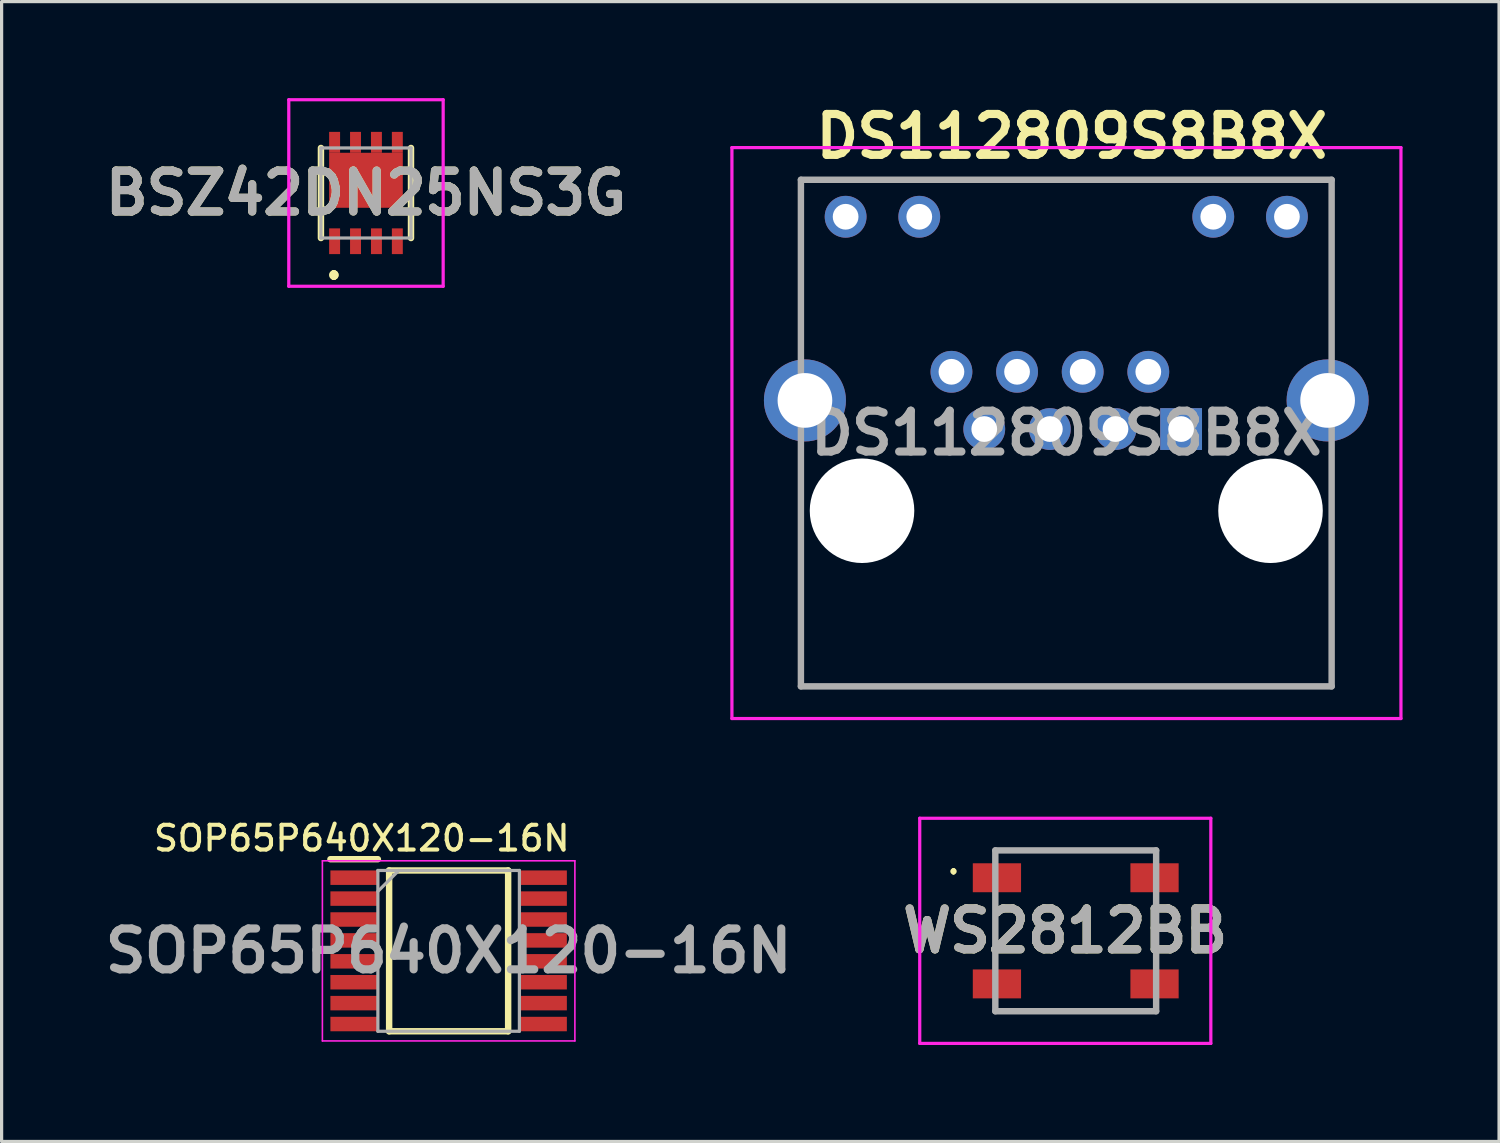
<source format=kicad_pcb>
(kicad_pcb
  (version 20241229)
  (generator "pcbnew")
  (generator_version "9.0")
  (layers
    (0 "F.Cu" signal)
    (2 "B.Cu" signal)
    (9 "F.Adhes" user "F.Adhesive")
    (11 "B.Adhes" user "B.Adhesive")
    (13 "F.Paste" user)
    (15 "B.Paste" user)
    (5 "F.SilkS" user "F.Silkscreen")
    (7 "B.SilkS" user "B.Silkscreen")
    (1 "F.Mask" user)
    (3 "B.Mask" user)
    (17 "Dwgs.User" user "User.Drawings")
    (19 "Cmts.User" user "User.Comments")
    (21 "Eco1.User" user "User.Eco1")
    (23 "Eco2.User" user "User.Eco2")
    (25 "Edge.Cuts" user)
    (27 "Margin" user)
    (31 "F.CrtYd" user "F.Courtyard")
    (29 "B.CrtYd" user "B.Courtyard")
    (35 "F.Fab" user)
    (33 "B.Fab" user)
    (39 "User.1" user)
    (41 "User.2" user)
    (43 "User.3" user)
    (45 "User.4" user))
  (footprint "SOP65P640X120-16N"
    (layer "F.Cu")
    (at 10.898 26.512)
    (property "Reference" "SOP65P640X120-16N" (at -2.7 -3.5 0) (layer "F.SilkS") (effects (font (size 0.77 0.77) (thickness 0.127))))
    (attr smd)
    (fp_line (start -3.675 -2.85) (end -2.2 -2.85) (stroke (width 0.2) (type solid)) (layer "F.SilkS"))
    (fp_line (start -1.85 -2.5) (end 1.85 -2.5) (stroke (width 0.2) (type solid)) (layer "F.SilkS"))
    (fp_line (start -1.85 2.5) (end -1.85 -2.5) (stroke (width 0.2) (type solid)) (layer "F.SilkS"))
    (fp_line (start 1.85 -2.5) (end 1.85 2.5) (stroke (width 0.2) (type solid)) (layer "F.SilkS"))
    (fp_line (start 1.85 2.5) (end -1.85 2.5) (stroke (width 0.2) (type solid)) (layer "F.SilkS"))
    (fp_line (start -3.925 -2.8) (end 3.925 -2.8) (stroke (width 0.05) (type solid)) (layer "F.CrtYd"))
    (fp_line (start -3.925 2.8) (end -3.925 -2.8) (stroke (width 0.05) (type solid)) (layer "F.CrtYd"))
    (fp_line (start 3.925 -2.8) (end 3.925 2.8) (stroke (width 0.05) (type solid)) (layer "F.CrtYd"))
    (fp_line (start 3.925 2.8) (end -3.925 2.8) (stroke (width 0.05) (type solid)) (layer "F.CrtYd"))
    (fp_line (start -2.2 -2.5) (end 2.2 -2.5) (stroke (width 0.1) (type solid)) (layer "F.Fab"))
    (fp_line (start -2.2 -1.85) (end -1.55 -2.5) (stroke (width 0.1) (type solid)) (layer "F.Fab"))
    (fp_line (start -2.2 2.5) (end -2.2 -2.5) (stroke (width 0.1) (type solid)) (layer "F.Fab"))
    (fp_line (start 2.2 -2.5) (end 2.2 2.5) (stroke (width 0.1) (type solid)) (layer "F.Fab"))
    (fp_line (start 2.2 2.5) (end -2.2 2.5) (stroke (width 0.1) (type solid)) (layer "F.Fab"))
    (fp_text user "${REFERENCE}" (at 0 0 0) (layer "F.Fab") (effects (font (size 1.27 1.27) (thickness 0.254))))
    (pad "1" smd rect (at -2.938 -2.275 90) (size 0.45 1.475) (layers "F.Cu" "F.Mask" "F.Paste"))
    (pad "2" smd rect (at -2.938 -1.625 90) (size 0.45 1.475) (layers "F.Cu" "F.Mask" "F.Paste"))
    (pad "3" smd rect (at -2.938 -0.975 90) (size 0.45 1.475) (layers "F.Cu" "F.Mask" "F.Paste"))
    (pad "4" smd rect (at -2.938 -0.325 90) (size 0.45 1.475) (layers "F.Cu" "F.Mask" "F.Paste"))
    (pad "5" smd rect (at -2.938 0.325 90) (size 0.45 1.475) (layers "F.Cu" "F.Mask" "F.Paste"))
    (pad "6" smd rect (at -2.938 0.975 90) (size 0.45 1.475) (layers "F.Cu" "F.Mask" "F.Paste"))
    (pad "7" smd rect (at -2.938 1.625 90) (size 0.45 1.475) (layers "F.Cu" "F.Mask" "F.Paste"))
    (pad "8" smd rect (at -2.938 2.275 90) (size 0.45 1.475) (layers "F.Cu" "F.Mask" "F.Paste"))
    (pad "9" smd rect (at 2.938 2.275 90) (size 0.45 1.475) (layers "F.Cu" "F.Mask" "F.Paste"))
    (pad "10" smd rect (at 2.938 1.625 90) (size 0.45 1.475) (layers "F.Cu" "F.Mask" "F.Paste"))
    (pad "11" smd rect (at 2.938 0.975 90) (size 0.45 1.475) (layers "F.Cu" "F.Mask" "F.Paste"))
    (pad "12" smd rect (at 2.938 0.325 90) (size 0.45 1.475) (layers "F.Cu" "F.Mask" "F.Paste"))
    (pad "13" smd rect (at 2.938 -0.325 90) (size 0.45 1.475) (layers "F.Cu" "F.Mask" "F.Paste"))
    (pad "14" smd rect (at 2.938 -0.975 90) (size 0.45 1.475) (layers "F.Cu" "F.Mask" "F.Paste"))
    (pad "15" smd rect (at 2.938 -1.625 90) (size 0.45 1.475) (layers "F.Cu" "F.Mask" "F.Paste"))
    (pad "16" smd rect (at 2.938 -2.275 90) (size 0.45 1.475) (layers "F.Cu" "F.Mask" "F.Paste")))
  (footprint "BSZ42DN25NS3G"
    (layer "F.Cu")
    (at 8.328 2.95)
    (property "Reference" "BSZ42DN25NS3G" (at 0 0 0) (layer "F.SilkS") (effects (font (size 1.27 1.27) (thickness 0.254))))
    (attr smd)
    (fp_line (start -1.4 -1.4) (end -1.4 1.4) (stroke (width 0.2) (type solid)) (layer "F.SilkS"))
    (fp_line (start -1 2.5) (end -1 2.5) (stroke (width 0.2) (type solid)) (layer "F.SilkS"))
    (fp_line (start -1 2.6) (end -1 2.6) (stroke (width 0.2) (type solid)) (layer "F.SilkS"))
    (fp_line (start -1 2.6) (end -1 2.6) (stroke (width 0.2) (type solid)) (layer "F.SilkS"))
    (fp_line (start 1.4 -1.4) (end 1.4 1.4) (stroke (width 0.2) (type solid)) (layer "F.SilkS"))
    (fp_arc (start -1 2.5) (mid -0.95 2.55) (end -1 2.6) (stroke (width 0.2) (type solid)) (layer "F.SilkS"))
    (fp_arc (start -1 2.5) (mid -0.95 2.55) (end -1 2.6) (stroke (width 0.2) (type solid)) (layer "F.SilkS"))
    (fp_arc (start -1 2.6) (mid -1.05 2.55) (end -1 2.5) (stroke (width 0.2) (type solid)) (layer "F.SilkS"))
    (fp_line (start -2.4 -2.9) (end 2.4 -2.9) (stroke (width 0.1) (type solid)) (layer "F.CrtYd"))
    (fp_line (start -2.4 2.9) (end -2.4 -2.9) (stroke (width 0.1) (type solid)) (layer "F.CrtYd"))
    (fp_line (start 2.4 -2.9) (end 2.4 2.9) (stroke (width 0.1) (type solid)) (layer "F.CrtYd"))
    (fp_line (start 2.4 2.9) (end -2.4 2.9) (stroke (width 0.1) (type solid)) (layer "F.CrtYd"))
    (fp_line (start -1.4 -1.4) (end 1.4 -1.4) (stroke (width 0.1) (type solid)) (layer "F.Fab"))
    (fp_line (start -1.4 1.4) (end -1.4 -1.4) (stroke (width 0.1) (type solid)) (layer "F.Fab"))
    (fp_line (start 1.4 -1.4) (end 1.4 1.4) (stroke (width 0.1) (type solid)) (layer "F.Fab"))
    (fp_line (start 1.4 1.4) (end -1.4 1.4) (stroke (width 0.1) (type solid)) (layer "F.Fab"))
    (fp_text user "${REFERENCE}" (at 0 0 0) (layer "F.Fab") (effects (font (size 1.27 1.27) (thickness 0.254))))
    (pad "1" smd rect (at -0.975 1.5) (size 0.34 0.8) (layers "F.Cu" "F.Mask" "F.Paste"))
    (pad "2" smd rect (at -0.325 1.5) (size 0.34 0.8) (layers "F.Cu" "F.Mask" "F.Paste"))
    (pad "3" smd rect (at 0.325 1.5) (size 0.34 0.8) (layers "F.Cu" "F.Mask" "F.Paste"))
    (pad "4" smd rect (at 0.975 1.5) (size 0.34 0.8) (layers "F.Cu" "F.Mask" "F.Paste"))
    (pad "5" smd rect (at 0.975 -1.575) (size 0.34 0.65) (layers "F.Cu" "F.Mask" "F.Paste"))
    (pad "6" smd rect (at 0.325 -1.575) (size 0.34 0.65) (layers "F.Cu" "F.Mask" "F.Paste"))
    (pad "7" smd rect (at -0.325 -1.575) (size 0.34 0.65) (layers "F.Cu" "F.Mask" "F.Paste"))
    (pad "8" smd rect (at -0.975 -1.575) (size 0.34 0.65) (layers "F.Cu" "F.Mask" "F.Paste"))
    (pad "9" smd rect (at 0 -0.395 90) (size 1.71 2.29) (layers "F.Cu" "F.Mask" "F.Paste")))
  (footprint "DS112809S8B8X"
    (layer "F.Cu")
    (at 29.69 9.089)
    (property "Reference" "DS112809S8B8X" (at 0.58 -7.9 0) (layer "F.SilkS") (effects (font (size 1.27 1.27) (thickness 0.254))))
    (attr through_hole)
    (fp_line (start -7.84 -6.55) (end -7.84 -6.55) (stroke (width 0.1) (type solid)) (layer "F.SilkS"))
    (fp_line (start -7.84 -6.55) (end -7.84 -6.55) (stroke (width 0.1) (type solid)) (layer "F.SilkS"))
    (fp_line (start -7.84 -6.55) (end -7.84 -1.8) (stroke (width 0.1) (type solid)) (layer "F.SilkS"))
    (fp_line (start -7.84 -6.55) (end 8.66 -6.55) (stroke (width 0.1) (type solid)) (layer "F.SilkS"))
    (fp_line (start -7.84 -1.8) (end -7.84 -6.55) (stroke (width 0.1) (type solid)) (layer "F.SilkS"))
    (fp_line (start -7.84 -1.8) (end -7.84 -1.8) (stroke (width 0.1) (type solid)) (layer "F.SilkS"))
    (fp_line (start -7.84 5.45) (end -7.84 5.45) (stroke (width 0.1) (type solid)) (layer "F.SilkS"))
    (fp_line (start -7.84 5.45) (end -7.84 9.2) (stroke (width 0.1) (type solid)) (layer "F.SilkS"))
    (fp_line (start -7.84 9.2) (end -7.84 5.45) (stroke (width 0.1) (type solid)) (layer "F.SilkS"))
    (fp_line (start -7.84 9.2) (end -7.84 9.2) (stroke (width 0.1) (type solid)) (layer "F.SilkS"))
    (fp_line (start -7.84 9.2) (end -7.84 9.2) (stroke (width 0.1) (type solid)) (layer "F.SilkS"))
    (fp_line (start -7.84 9.2) (end 8.66 9.2) (stroke (width 0.1) (type solid)) (layer "F.SilkS"))
    (fp_line (start 8.66 -6.55) (end -7.84 -6.55) (stroke (width 0.1) (type solid)) (layer "F.SilkS"))
    (fp_line (start 8.66 -6.55) (end 8.66 -6.55) (stroke (width 0.1) (type solid)) (layer "F.SilkS"))
    (fp_line (start 8.66 -6.55) (end 8.66 -6.55) (stroke (width 0.1) (type solid)) (layer "F.SilkS"))
    (fp_line (start 8.66 -6.55) (end 8.66 -1.8) (stroke (width 0.1) (type solid)) (layer "F.SilkS"))
    (fp_line (start 8.66 -1.8) (end 8.66 -6.55) (stroke (width 0.1) (type solid)) (layer "F.SilkS"))
    (fp_line (start 8.66 -1.8) (end 8.66 -1.8) (stroke (width 0.1) (type solid)) (layer "F.SilkS"))
    (fp_line (start 8.66 5.45) (end 8.66 5.45) (stroke (width 0.1) (type solid)) (layer "F.SilkS"))
    (fp_line (start 8.66 5.45) (end 8.66 9.2) (stroke (width 0.1) (type solid)) (layer "F.SilkS"))
    (fp_line (start 8.66 9.2) (end -7.84 9.2) (stroke (width 0.1) (type solid)) (layer "F.SilkS"))
    (fp_line (start 8.66 9.2) (end 8.66 5.45) (stroke (width 0.1) (type solid)) (layer "F.SilkS"))
    (fp_line (start 8.66 9.2) (end 8.66 9.2) (stroke (width 0.1) (type solid)) (layer "F.SilkS"))
    (fp_line (start 8.66 9.2) (end 8.66 9.2) (stroke (width 0.1) (type solid)) (layer "F.SilkS"))
    (fp_line (start -9.985 -7.55) (end 10.815 -7.55) (stroke (width 0.1) (type solid)) (layer "F.CrtYd"))
    (fp_line (start -9.985 10.2) (end -9.985 -7.55) (stroke (width 0.1) (type solid)) (layer "F.CrtYd"))
    (fp_line (start 10.815 -7.55) (end 10.815 10.2) (stroke (width 0.1) (type solid)) (layer "F.CrtYd"))
    (fp_line (start 10.815 10.2) (end -9.985 10.2) (stroke (width 0.1) (type solid)) (layer "F.CrtYd"))
    (fp_line (start -7.84 -6.55) (end -7.84 9.2) (stroke (width 0.2) (type solid)) (layer "F.Fab"))
    (fp_line (start -7.84 9.2) (end 8.66 9.2) (stroke (width 0.2) (type solid)) (layer "F.Fab"))
    (fp_line (start 8.66 -6.55) (end -7.84 -6.55) (stroke (width 0.2) (type solid)) (layer "F.Fab"))
    (fp_line (start 8.66 9.2) (end 8.66 -6.55) (stroke (width 0.2) (type solid)) (layer "F.Fab"))
    (fp_text user "${REFERENCE}" (at 0.415 1.325 0) (layer "F.Fab") (effects (font (size 1.27 1.27) (thickness 0.254))))
    (pad "" np_thru_hole circle (at -5.94 3.74) (size 3.25 3.25) (drill 3.25) (layers "*.Cu" "*.Mask"))
    (pad "" np_thru_hole circle (at 6.76 3.74) (size 3.25 3.25) (drill 3.25) (layers "*.Cu" "*.Mask"))
    (pad "1" thru_hole rect (at 3.98 1.2) (size 1.3 1.3) (drill 0.8) (layers "*.Cu" "*.Mask"))
    (pad "2" thru_hole circle (at 2.96 -0.58) (size 1.3 1.3) (drill 0.8) (layers "*.Cu" "*.Mask"))
    (pad "3" thru_hole circle (at 1.94 1.2) (size 1.3 1.3) (drill 0.8) (layers "*.Cu" "*.Mask"))
    (pad "4" thru_hole circle (at 0.92 -0.58) (size 1.3 1.3) (drill 0.8) (layers "*.Cu" "*.Mask"))
    (pad "5" thru_hole circle (at -0.1 1.2) (size 1.3 1.3) (drill 0.8) (layers "*.Cu" "*.Mask"))
    (pad "6" thru_hole circle (at -1.12 -0.58) (size 1.3 1.3) (drill 0.8) (layers "*.Cu" "*.Mask"))
    (pad "7" thru_hole circle (at -2.14 1.2) (size 1.3 1.3) (drill 0.8) (layers "*.Cu" "*.Mask"))
    (pad "8" thru_hole circle (at -3.16 -0.58) (size 1.3 1.3) (drill 0.8) (layers "*.Cu" "*.Mask"))
    (pad "9" thru_hole circle (at 7.27 -5.4) (size 1.3 1.3) (drill 0.8) (layers "*.Cu" "*.Mask"))
    (pad "10" thru_hole circle (at 4.98 -5.4) (size 1.3 1.3) (drill 0.8) (layers "*.Cu" "*.Mask"))
    (pad "11" thru_hole circle (at -4.16 -5.4) (size 1.3 1.3) (drill 0.8) (layers "*.Cu" "*.Mask"))
    (pad "12" thru_hole circle (at -6.45 -5.4) (size 1.3 1.3) (drill 0.8) (layers "*.Cu" "*.Mask"))
    (pad "MH1" thru_hole circle (at 8.535 0.31) (size 2.55 2.55) (drill 1.7) (layers "*.Cu" "*.Mask"))
    (pad "MH2" thru_hole circle (at -7.715 0.31) (size 2.55 2.55) (drill 1.7) (layers "*.Cu" "*.Mask")))
  (footprint "WS2812BB"
    (layer "F.Cu")
    (at 30.394 25.889)
    (property "Reference" "WS2812BB" (at -0.325 0 0) (layer "F.SilkS") (effects (font (size 1.27 1.27) (thickness 0.254))))
    (attr smd)
    (fp_line (start -3.8 -1.9) (end -3.8 -1.9) (stroke (width 0.1) (type solid)) (layer "F.SilkS"))
    (fp_line (start -3.8 -1.8) (end -3.8 -1.8) (stroke (width 0.1) (type solid)) (layer "F.SilkS"))
    (fp_line (start -2.5 -2.5) (end 2.5 -2.5) (stroke (width 0.1) (type solid)) (layer "F.SilkS"))
    (fp_line (start -2.5 -1) (end -2.5 1) (stroke (width 0.1) (type solid)) (layer "F.SilkS"))
    (fp_line (start -2.5 2.5) (end 2.45 2.5) (stroke (width 0.1) (type solid)) (layer "F.SilkS"))
    (fp_line (start 2.5 -1) (end 2.5 1) (stroke (width 0.1) (type solid)) (layer "F.SilkS"))
    (fp_arc (start -3.8 -1.9) (mid -3.75 -1.85) (end -3.8 -1.8) (stroke (width 0.1) (type solid)) (layer "F.SilkS"))
    (fp_arc (start -3.8 -1.8) (mid -3.85 -1.85) (end -3.8 -1.9) (stroke (width 0.1) (type solid)) (layer "F.SilkS"))
    (fp_line (start -4.85 -3.5) (end 4.2 -3.5) (stroke (width 0.1) (type solid)) (layer "F.CrtYd"))
    (fp_line (start -4.85 3.5) (end -4.85 -3.5) (stroke (width 0.1) (type solid)) (layer "F.CrtYd"))
    (fp_line (start 4.2 -3.5) (end 4.2 3.5) (stroke (width 0.1) (type solid)) (layer "F.CrtYd"))
    (fp_line (start 4.2 3.5) (end -4.85 3.5) (stroke (width 0.1) (type solid)) (layer "F.CrtYd"))
    (fp_line (start -2.5 -2.5) (end 2.5 -2.5) (stroke (width 0.2) (type solid)) (layer "F.Fab"))
    (fp_line (start -2.5 2.5) (end -2.5 -2.5) (stroke (width 0.2) (type solid)) (layer "F.Fab"))
    (fp_line (start 2.5 -2.5) (end 2.5 2.5) (stroke (width 0.2) (type solid)) (layer "F.Fab"))
    (fp_line (start 2.5 2.5) (end -2.5 2.5) (stroke (width 0.2) (type solid)) (layer "F.Fab"))
    (fp_text user "${REFERENCE}" (at -0.325 0 0) (layer "F.Fab") (effects (font (size 1.27 1.27) (thickness 0.254))))
    (pad "1" smd rect (at -2.45 -1.65 90) (size 0.9 1.5) (layers "F.Cu" "F.Mask" "F.Paste"))
    (pad "2" smd rect (at -2.45 1.65 90) (size 0.9 1.5) (layers "F.Cu" "F.Mask" "F.Paste"))
    (pad "3" smd rect (at 2.45 1.65 90) (size 0.9 1.5) (layers "F.Cu" "F.Mask" "F.Paste"))
    (pad "4" smd rect (at 2.45 -1.65 90) (size 0.9 1.5) (layers "F.Cu" "F.Mask" "F.Paste")))
  (gr_rect
    (start -3 -3)
    (end 43.555 32.439)
    (stroke (width 0.1) (type default))
    (fill no)
    (layer "Edge.Cuts")))
</source>
